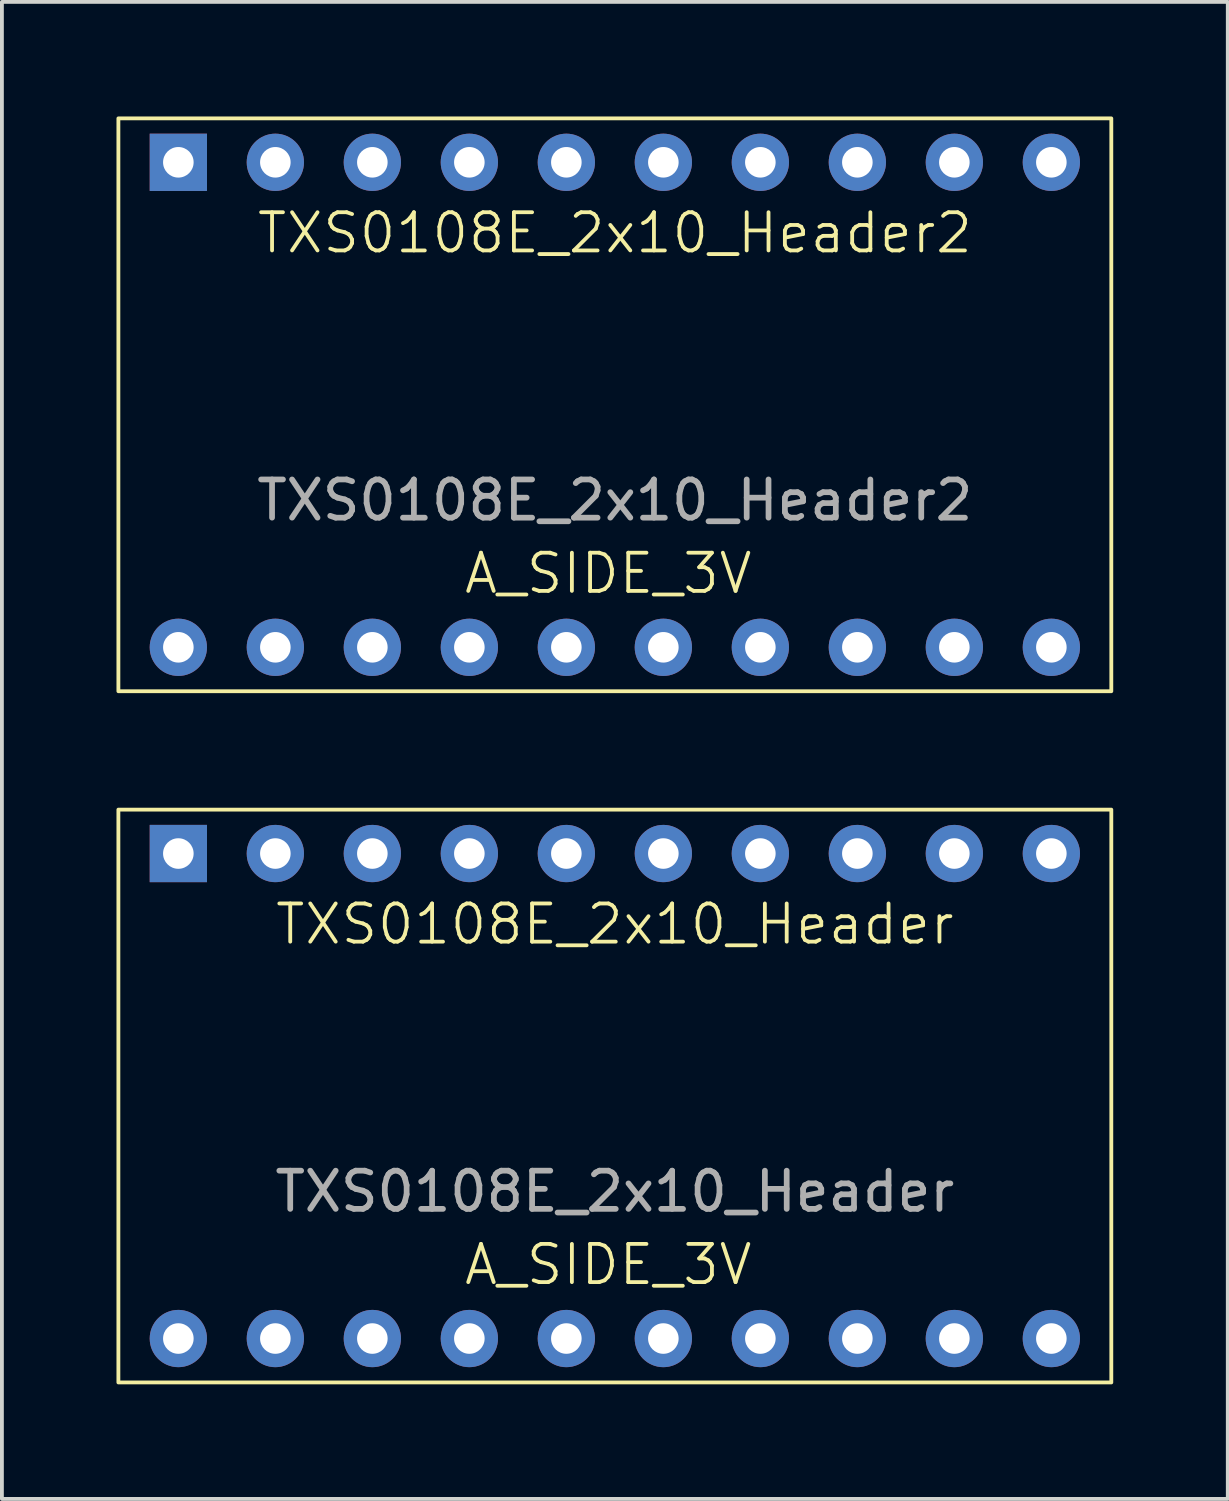
<source format=kicad_pcb>
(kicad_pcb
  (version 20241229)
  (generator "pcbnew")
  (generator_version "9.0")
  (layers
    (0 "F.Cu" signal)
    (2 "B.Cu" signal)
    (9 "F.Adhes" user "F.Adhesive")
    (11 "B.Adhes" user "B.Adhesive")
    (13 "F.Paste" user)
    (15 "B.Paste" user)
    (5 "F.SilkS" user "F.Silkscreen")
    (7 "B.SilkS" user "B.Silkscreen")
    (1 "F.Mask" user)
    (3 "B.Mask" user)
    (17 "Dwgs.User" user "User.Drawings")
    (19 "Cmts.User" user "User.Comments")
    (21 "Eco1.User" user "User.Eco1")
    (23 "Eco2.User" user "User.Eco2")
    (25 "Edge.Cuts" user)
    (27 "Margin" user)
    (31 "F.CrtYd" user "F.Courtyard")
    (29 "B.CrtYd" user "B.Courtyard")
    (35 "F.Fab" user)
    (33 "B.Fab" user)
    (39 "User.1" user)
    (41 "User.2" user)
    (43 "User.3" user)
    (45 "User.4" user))
  (footprint "TXS0108E_2x10_Header2"
    (layer "F.Cu")
    (at 13.05 7.55)
    (property "Reference" "TXS0108E_2x10_Header2" (at 0 -4.5 0) (unlocked yes) (layer "F.SilkS") (effects (font (size 1 1) (thickness 0.1))))
    (attr board_only exclude_from_pos_files exclude_from_bom)
    (fp_rect (start -13 -7.5) (end 13 7.5) (stroke (width 0.1) (type default)) (fill no) (layer "F.SilkS"))
    (fp_text user "A_SIDE_3V" (at -4 5 0) (unlocked yes) (layer "F.SilkS") (effects (font (size 1 1) (thickness 0.1)) (justify left bottom)))
    (fp_text user "${REFERENCE}" (at 0 2.5 0) (unlocked yes) (layer "F.Fab") (effects (font (size 1 1) (thickness 0.15))))
    (pad "1" thru_hole rect (at -11.43 -6.35) (size 1.5 1.5) (drill 0.8) (layers "*.Cu" "*.Mask"))
    (pad "2" thru_hole circle (at -8.89 -6.35) (size 1.5 1.5) (drill 0.8) (layers "*.Cu" "*.Mask"))
    (pad "3" thru_hole circle (at -6.35 -6.35) (size 1.5 1.5) (drill 0.8) (layers "*.Cu" "*.Mask"))
    (pad "4" thru_hole circle (at -3.81 -6.35) (size 1.5 1.5) (drill 0.8) (layers "*.Cu" "*.Mask"))
    (pad "5" thru_hole circle (at -1.27 -6.35) (size 1.5 1.5) (drill 0.8) (layers "*.Cu" "*.Mask"))
    (pad "6" thru_hole circle (at 1.27 -6.35) (size 1.5 1.5) (drill 0.8) (layers "*.Cu" "*.Mask"))
    (pad "7" thru_hole circle (at 3.81 -6.35) (size 1.5 1.5) (drill 0.8) (layers "*.Cu" "*.Mask"))
    (pad "8" thru_hole circle (at 6.35 -6.35) (size 1.5 1.5) (drill 0.8) (layers "*.Cu" "*.Mask"))
    (pad "9" thru_hole circle (at 8.89 -6.35) (size 1.5 1.5) (drill 0.8) (layers "*.Cu" "*.Mask"))
    (pad "10" thru_hole circle (at 11.43 -6.35) (size 1.5 1.5) (drill 0.8) (layers "*.Cu" "*.Mask"))
    (pad "11" thru_hole circle (at 11.43 6.35) (size 1.5 1.5) (drill 0.8) (layers "*.Cu" "*.Mask"))
    (pad "12" thru_hole circle (at 8.89 6.35) (size 1.5 1.5) (drill 0.8) (layers "*.Cu" "*.Mask"))
    (pad "13" thru_hole circle (at 6.35 6.35) (size 1.5 1.5) (drill 0.8) (layers "*.Cu" "*.Mask"))
    (pad "14" thru_hole circle (at 3.81 6.35) (size 1.5 1.5) (drill 0.8) (layers "*.Cu" "*.Mask"))
    (pad "15" thru_hole circle (at 1.27 6.35) (size 1.5 1.5) (drill 0.8) (layers "*.Cu" "*.Mask"))
    (pad "16" thru_hole circle (at -1.27 6.35) (size 1.5 1.5) (drill 0.8) (layers "*.Cu" "*.Mask"))
    (pad "17" thru_hole circle (at -3.81 6.35) (size 1.5 1.5) (drill 0.8) (layers "*.Cu" "*.Mask"))
    (pad "18" thru_hole circle (at -6.35 6.35) (size 1.5 1.5) (drill 0.8) (layers "*.Cu" "*.Mask"))
    (pad "19" thru_hole circle (at -8.89 6.35) (size 1.5 1.5) (drill 0.8) (layers "*.Cu" "*.Mask"))
    (pad "20" thru_hole circle (at -11.43 6.35) (size 1.5 1.5) (drill 0.8) (layers "*.Cu" "*.Mask")))
  (footprint "TXS0108E_2x10_Header"
    (layer "F.Cu")
    (at 13.05 25.65)
    (property "Reference" "TXS0108E_2x10_Header" (at 0 -4.5 0) (unlocked yes) (layer "F.SilkS") (effects (font (size 1 1) (thickness 0.1))))
    (attr board_only exclude_from_pos_files exclude_from_bom)
    (fp_rect (start -13 -7.5) (end 13 7.5) (stroke (width 0.1) (type default)) (fill no) (layer "F.SilkS"))
    (fp_text user "A_SIDE_3V" (at -4 5 0) (unlocked yes) (layer "F.SilkS") (effects (font (size 1 1) (thickness 0.1)) (justify left bottom)))
    (fp_text user "${REFERENCE}" (at 0 2.5 0) (unlocked yes) (layer "F.Fab") (effects (font (size 1 1) (thickness 0.15))))
    (pad "1" thru_hole rect (at -11.43 -6.35) (size 1.5 1.5) (drill 0.8) (layers "*.Cu" "*.Mask"))
    (pad "2" thru_hole circle (at -8.89 -6.35) (size 1.5 1.5) (drill 0.8) (layers "*.Cu" "*.Mask"))
    (pad "3" thru_hole circle (at -6.35 -6.35) (size 1.5 1.5) (drill 0.8) (layers "*.Cu" "*.Mask"))
    (pad "4" thru_hole circle (at -3.81 -6.35) (size 1.5 1.5) (drill 0.8) (layers "*.Cu" "*.Mask"))
    (pad "5" thru_hole circle (at -1.27 -6.35) (size 1.5 1.5) (drill 0.8) (layers "*.Cu" "*.Mask"))
    (pad "6" thru_hole circle (at 1.27 -6.35) (size 1.5 1.5) (drill 0.8) (layers "*.Cu" "*.Mask"))
    (pad "7" thru_hole circle (at 3.81 -6.35) (size 1.5 1.5) (drill 0.8) (layers "*.Cu" "*.Mask"))
    (pad "8" thru_hole circle (at 6.35 -6.35) (size 1.5 1.5) (drill 0.8) (layers "*.Cu" "*.Mask"))
    (pad "9" thru_hole circle (at 8.89 -6.35) (size 1.5 1.5) (drill 0.8) (layers "*.Cu" "*.Mask"))
    (pad "10" thru_hole circle (at 11.43 -6.35) (size 1.5 1.5) (drill 0.8) (layers "*.Cu" "*.Mask"))
    (pad "11" thru_hole circle (at 11.43 6.35) (size 1.5 1.5) (drill 0.8) (layers "*.Cu" "*.Mask"))
    (pad "12" thru_hole circle (at 8.89 6.35) (size 1.5 1.5) (drill 0.8) (layers "*.Cu" "*.Mask"))
    (pad "13" thru_hole circle (at 6.35 6.35) (size 1.5 1.5) (drill 0.8) (layers "*.Cu" "*.Mask"))
    (pad "14" thru_hole circle (at 3.81 6.35) (size 1.5 1.5) (drill 0.8) (layers "*.Cu" "*.Mask"))
    (pad "15" thru_hole circle (at 1.27 6.35) (size 1.5 1.5) (drill 0.8) (layers "*.Cu" "*.Mask"))
    (pad "16" thru_hole circle (at -1.27 6.35) (size 1.5 1.5) (drill 0.8) (layers "*.Cu" "*.Mask"))
    (pad "17" thru_hole circle (at -3.81 6.35) (size 1.5 1.5) (drill 0.8) (layers "*.Cu" "*.Mask"))
    (pad "18" thru_hole circle (at -6.35 6.35) (size 1.5 1.5) (drill 0.8) (layers "*.Cu" "*.Mask"))
    (pad "19" thru_hole circle (at -8.89 6.35) (size 1.5 1.5) (drill 0.8) (layers "*.Cu" "*.Mask"))
    (pad "20" thru_hole circle (at -11.43 6.35) (size 1.5 1.5) (drill 0.8) (layers "*.Cu" "*.Mask")))
  (gr_rect
    (start -3 -3)
    (end 29.1 36.2)
    (stroke (width 0.1) (type default))
    (fill no)
    (layer "Edge.Cuts")))
</source>
